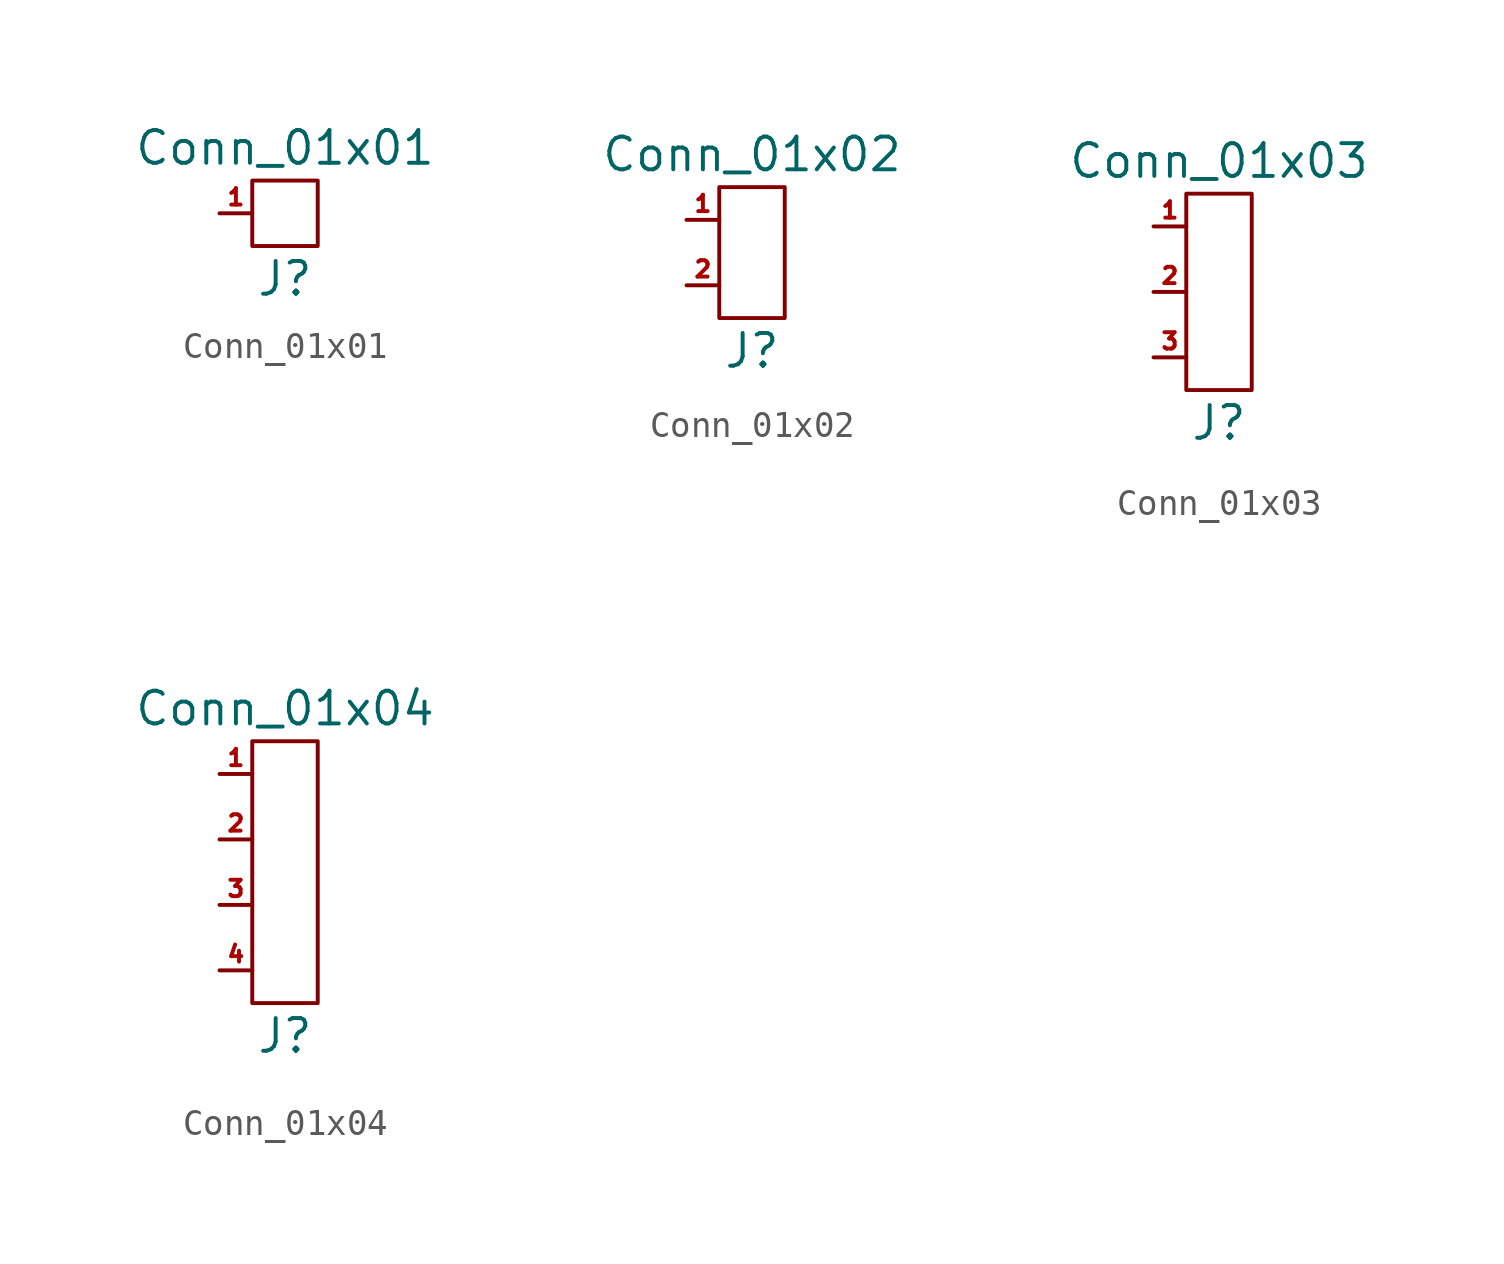
<source format=kicad_sym>
(kicad_symbol_lib
  (version 20211014)
  (generator kicad_symbol_editor)
  (symbol "Conn_01x01"
    (property "Reference" "J"
      (at 0 -2.54 0)
      (effects (font (size 1.27 1.27))))
    (property "Value" "Conn_01x01"
      (at 0 2.54 0)
      (effects (font (size 1.27 1.27))))
    (symbol "Conn_01x01_0_0"
      (pin passive line (at -2.54 0 0) (length 1.27) (name "" (effects (font (size 0.635 0.635)))) (number "1" (effects (font (size 0.635 0.635))))))
    (symbol "Conn_01x01_0_1"
      (rectangle (start -1.27 1.27) (end 1.27 -1.27) (stroke (width 0.152) (type default) (color 0 0 0 0)) (fill (type none)))))
  (symbol "Conn_01x02"
    (property "Reference" "J"
      (at 0 -5.08 0)
      (effects (font (size 1.27 1.27))))
    (property "Value" "Conn_01x02"
      (at 0 2.54 0)
      (effects (font (size 1.27 1.27))))
    (symbol "Conn_01x02_0_0"
      (pin passive line (at -2.54 0 0) (length 1.27) (name "" (effects (font (size 0.635 0.635)))) (number "1" (effects (font (size 0.635 0.635)))))
      (pin passive line (at -2.54 -2.54 0) (length 1.27) (name "" (effects (font (size 0.635 0.635)))) (number "2" (effects (font (size 0.635 0.635))))))
    (symbol "Conn_01x02_0_1"
      (rectangle (start -1.27 1.27) (end 1.27 -3.81) (stroke (width 0.152) (type default) (color 0 0 0 0)) (fill (type none)))))
  (symbol "Conn_01x03"
    (property "Reference" "J"
      (at 0 -5.08 0)
      (effects (font (size 1.27 1.27))))
    (property "Value" "Conn_01x03"
      (at 0 5.08 0)
      (effects (font (size 1.27 1.27))))
    (symbol "Conn_01x03_0_0"
      (pin passive line (at -2.54 2.54 0) (length 1.27) (name "" (effects (font (size 0.635 0.635)))) (number "1" (effects (font (size 0.635 0.635)))))
      (pin passive line (at -2.54 0 0) (length 1.27) (name "" (effects (font (size 0.635 0.635)))) (number "2" (effects (font (size 0.635 0.635)))))
      (pin passive line (at -2.54 -2.54 0) (length 1.27) (name "" (effects (font (size 0.635 0.635)))) (number "3" (effects (font (size 0.635 0.635))))))
    (symbol "Conn_01x03_0_1"
      (rectangle (start -1.27 3.81) (end 1.27 -3.81) (stroke (width 0.152) (type default) (color 0 0 0 0)) (fill (type none)))))
  (symbol "Conn_01x04"
    (property "Reference" "J"
      (at 0 -7.62 0)
      (effects (font (size 1.27 1.27))))
    (property "Value" "Conn_01x04"
      (at 0 5.08 0)
      (effects (font (size 1.27 1.27))))
    (symbol "Conn_01x04_0_0"
      (pin passive line (at -2.54 2.54 0) (length 1.27) (name "" (effects (font (size 0.635 0.635)))) (number "1" (effects (font (size 0.635 0.635)))))
      (pin passive line (at -2.54 0 0) (length 1.27) (name "" (effects (font (size 0.635 0.635)))) (number "2" (effects (font (size 0.635 0.635)))))
      (pin passive line (at -2.54 -2.54 0) (length 1.27) (name "" (effects (font (size 0.635 0.635)))) (number "3" (effects (font (size 0.635 0.635)))))
      (pin passive line (at -2.54 -5.08 0) (length 1.27) (name "" (effects (font (size 0.635 0.635)))) (number "4" (effects (font (size 0.635 0.635))))))
    (symbol "Conn_01x04_0_1"
      (rectangle (start -1.27 3.81) (end 1.27 -6.35) (stroke (width 0.152) (type default) (color 0 0 0 0)) (fill (type none))))))
</source>
